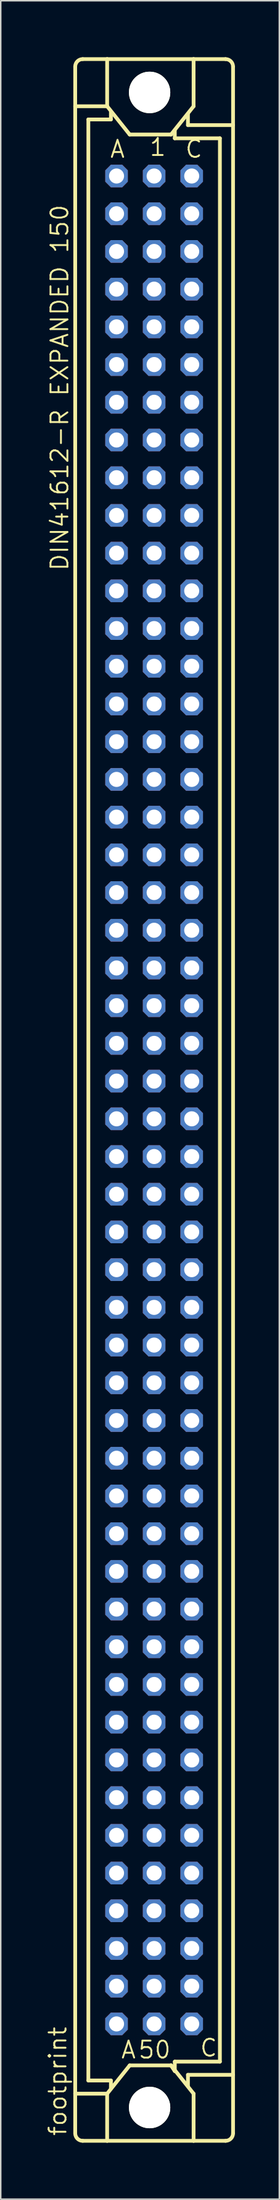
<source format=kicad_pcb>
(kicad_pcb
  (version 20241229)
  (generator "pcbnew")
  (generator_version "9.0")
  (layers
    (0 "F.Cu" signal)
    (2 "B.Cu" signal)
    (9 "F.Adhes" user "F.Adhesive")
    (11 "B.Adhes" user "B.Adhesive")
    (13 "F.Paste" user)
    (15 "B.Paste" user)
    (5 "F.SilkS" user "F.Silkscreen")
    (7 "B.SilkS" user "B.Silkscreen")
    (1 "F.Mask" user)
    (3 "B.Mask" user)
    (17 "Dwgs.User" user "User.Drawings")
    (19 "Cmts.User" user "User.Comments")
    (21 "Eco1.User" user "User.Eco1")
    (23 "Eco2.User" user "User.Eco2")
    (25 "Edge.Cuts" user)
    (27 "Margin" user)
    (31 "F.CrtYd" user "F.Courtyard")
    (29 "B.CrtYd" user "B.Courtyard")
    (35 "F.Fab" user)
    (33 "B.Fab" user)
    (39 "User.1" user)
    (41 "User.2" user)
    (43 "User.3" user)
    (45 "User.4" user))
  (footprint "footprint"
    (layer "F.Cu")
    (at 7.366 71.035)
    (property "Reference" "footprint" (at -5.842 69.85 90) (layer "F.SilkS") (effects (font (size 1.143 1.143) (thickness 0.127)) (justify left bottom)))
    (fp_line (start -5.334 -66.929) (end -5.334 -69.596) (stroke (width 0.254) (type solid)) (layer "F.SilkS"))
    (fp_line (start -5.334 -66.929) (end -3.175 -66.929) (stroke (width 0.254) (type solid)) (layer "F.SilkS"))
    (fp_line (start -5.334 66.929) (end -5.334 -66.929) (stroke (width 0.254) (type solid)) (layer "F.SilkS"))
    (fp_line (start -5.334 66.929) (end -3.175 66.929) (stroke (width 0.254) (type solid)) (layer "F.SilkS"))
    (fp_line (start -5.334 69.596) (end -5.334 66.929) (stroke (width 0.254) (type solid)) (layer "F.SilkS"))
    (fp_line (start -4.826 -70.104) (end -3.175 -70.104) (stroke (width 0.254) (type solid)) (layer "F.SilkS"))
    (fp_line (start -4.826 70.104) (end -3.175 70.104) (stroke (width 0.254) (type solid)) (layer "F.SilkS"))
    (fp_line (start -4.445 -66.04) (end -4.445 66.04) (stroke (width 0.254) (type solid)) (layer "F.SilkS"))
    (fp_line (start -4.445 66.04) (end -2.921 66.04) (stroke (width 0.254) (type solid)) (layer "F.SilkS"))
    (fp_line (start -3.175 -70.104) (end -3.175 -66.929) (stroke (width 0.254) (type solid)) (layer "F.SilkS"))
    (fp_line (start -3.175 70.104) (end -3.175 66.929) (stroke (width 0.254) (type solid)) (layer "F.SilkS"))
    (fp_line (start -3.175 70.104) (end 2.667 70.104) (stroke (width 0.254) (type solid)) (layer "F.SilkS"))
    (fp_line (start -2.921 -66.548) (end -2.921 -66.04) (stroke (width 0.254) (type solid)) (layer "F.SilkS"))
    (fp_line (start -2.921 -66.04) (end -4.445 -66.04) (stroke (width 0.254) (type solid)) (layer "F.SilkS"))
    (fp_line (start -2.921 66.04) (end -2.921 66.548) (stroke (width 0.254) (type solid)) (layer "F.SilkS"))
    (fp_line (start -1.651 -65.024) (end -3.175 -66.929) (stroke (width 0.254) (type solid)) (layer "F.SilkS"))
    (fp_line (start -1.651 65.024) (end -3.175 66.929) (stroke (width 0.254) (type solid)) (layer "F.SilkS"))
    (fp_line (start -1.651 65.024) (end 1.143 65.024) (stroke (width 0.254) (type solid)) (layer "F.SilkS"))
    (fp_line (start 1.143 -65.024) (end -1.651 -65.024) (stroke (width 0.254) (type solid)) (layer "F.SilkS"))
    (fp_line (start 1.143 -65.024) (end 2.667 -66.929) (stroke (width 0.254) (type solid)) (layer "F.SilkS"))
    (fp_line (start 1.143 65.024) (end 1.397 65.405) (stroke (width 0.254) (type solid)) (layer "F.SilkS"))
    (fp_line (start 1.143 65.024) (end 2.667 66.929) (stroke (width 0.254) (type solid)) (layer "F.SilkS"))
    (fp_line (start 1.397 -64.77) (end 1.397 -65.278) (stroke (width 0.254) (type solid)) (layer "F.SilkS"))
    (fp_line (start 1.397 64.77) (end 4.445 64.77) (stroke (width 0.254) (type solid)) (layer "F.SilkS"))
    (fp_line (start 1.397 65.405) (end 1.397 64.77) (stroke (width 0.254) (type solid)) (layer "F.SilkS"))
    (fp_line (start 2.286 -65.659) (end 2.286 -66.421) (stroke (width 0.254) (type solid)) (layer "F.SilkS"))
    (fp_line (start 2.286 65.659) (end 2.286 66.421) (stroke (width 0.254) (type solid)) (layer "F.SilkS"))
    (fp_line (start 2.286 65.659) (end 5.334 65.659) (stroke (width 0.254) (type solid)) (layer "F.SilkS"))
    (fp_line (start 2.667 -70.104) (end -3.175 -70.104) (stroke (width 0.254) (type solid)) (layer "F.SilkS"))
    (fp_line (start 2.667 -70.104) (end 2.667 -66.929) (stroke (width 0.254) (type solid)) (layer "F.SilkS"))
    (fp_line (start 2.667 70.104) (end 2.667 66.929) (stroke (width 0.254) (type solid)) (layer "F.SilkS"))
    (fp_line (start 2.667 70.104) (end 4.826 70.104) (stroke (width 0.254) (type solid)) (layer "F.SilkS"))
    (fp_line (start 4.445 -64.77) (end 1.397 -64.77) (stroke (width 0.254) (type solid)) (layer "F.SilkS"))
    (fp_line (start 4.445 64.77) (end 4.445 -64.77) (stroke (width 0.254) (type solid)) (layer "F.SilkS"))
    (fp_line (start 4.826 -70.104) (end 2.667 -70.104) (stroke (width 0.254) (type solid)) (layer "F.SilkS"))
    (fp_line (start 5.334 -65.659) (end 2.286 -65.659) (stroke (width 0.254) (type solid)) (layer "F.SilkS"))
    (fp_line (start 5.334 -65.659) (end 5.334 -69.596) (stroke (width 0.254) (type solid)) (layer "F.SilkS"))
    (fp_line (start 5.334 65.659) (end 5.334 -65.659) (stroke (width 0.254) (type solid)) (layer "F.SilkS"))
    (fp_line (start 5.334 69.596) (end 5.334 65.659) (stroke (width 0.254) (type solid)) (layer "F.SilkS"))
    (fp_arc (start -5.334 -69.596) (mid -5.18521 -69.95521) (end -4.826 -70.104) (stroke (width 0.254) (type solid)) (layer "F.SilkS"))
    (fp_arc (start -4.826 70.104) (mid -5.18521 69.95521) (end -5.334 69.596) (stroke (width 0.254) (type solid)) (layer "F.SilkS"))
    (fp_arc (start 4.826 -70.104) (mid 5.18521 -69.95521) (end 5.334 -69.596) (stroke (width 0.254) (type solid)) (layer "F.SilkS"))
    (fp_arc (start 5.334 69.596) (mid 5.18521 69.95521) (end 4.826 70.104) (stroke (width 0.254) (type solid)) (layer "F.SilkS"))
    (fp_circle (center -0.305 -67.86) (end 0.965 -67.86) (stroke (width 0.254) (type solid)) (fill no) (layer "F.SilkS"))
    (fp_circle (center -0.305 67.86) (end 0.965 67.86) (stroke (width 0.254) (type solid)) (fill no) (layer "F.SilkS"))
    (fp_text user "A" (at -3.048 -63.373 0) (layer "F.SilkS") (effects (font (size 1.143 1.143) (thickness 0.127)) (justify left bottom)))
    (fp_text user "DIN41612-R EXPANDED 150" (at -5.715 -35.56 90) (layer "F.SilkS") (effects (font (size 1.143 1.143) (thickness 0.127)) (justify left bottom)))
    (fp_text user " C " (at 2.159 64.516 0) (layer "F.SilkS") (effects (font (size 1.143 1.143) (thickness 0.127)) (justify left bottom)))
    (fp_text user "C" (at 2.032 -63.373 0) (layer "F.SilkS") (effects (font (size 1.143 1.143) (thickness 0.127)) (justify left bottom)))
    (fp_text user " A " (at -3.175 64.643 0) (layer "F.SilkS") (effects (font (size 1.143 1.143) (thickness 0.127)) (justify left bottom)))
    (fp_text user "1" (at -0.381 -63.5 0) (layer "F.SilkS") (effects (font (size 1.143 1.143) (thickness 0.127)) (justify left bottom)))
    (fp_text user "50" (at -1.143 64.643 0) (layer "F.SilkS") (effects (font (size 1.143 1.143) (thickness 0.127)) (justify left bottom)))
    (pad "" np_thru_hole circle (at -0.305 -67.86) (size 2.794 2.794) (drill 2.794) (layers "*.Cu" "*.Mask"))
    (pad "" np_thru_hole circle (at -0.305 67.86) (size 2.794 2.794) (drill 2.794) (layers "*.Cu" "*.Mask"))
    (pad "A1" thru_hole roundrect (at -2.54 -62.23) (size 1.524 1.524) (drill 1.016) (layers "*.Cu" "*.Mask") (roundrect_rratio 0.25) (chamfer_ratio 0.25) (chamfer top_left top_right bottom_left bottom_right))
    (pad "A2" thru_hole roundrect (at -2.54 -59.69) (size 1.524 1.524) (drill 1.016) (layers "*.Cu" "*.Mask") (roundrect_rratio 0.25) (chamfer_ratio 0.25) (chamfer top_left top_right bottom_left bottom_right))
    (pad "A3" thru_hole roundrect (at -2.54 -57.15) (size 1.524 1.524) (drill 1.016) (layers "*.Cu" "*.Mask") (roundrect_rratio 0.25) (chamfer_ratio 0.25) (chamfer top_left top_right bottom_left bottom_right))
    (pad "A4" thru_hole roundrect (at -2.54 -54.61) (size 1.524 1.524) (drill 1.016) (layers "*.Cu" "*.Mask") (roundrect_rratio 0.25) (chamfer_ratio 0.25) (chamfer top_left top_right bottom_left bottom_right))
    (pad "A5" thru_hole roundrect (at -2.54 -52.07) (size 1.524 1.524) (drill 1.016) (layers "*.Cu" "*.Mask") (roundrect_rratio 0.25) (chamfer_ratio 0.25) (chamfer top_left top_right bottom_left bottom_right))
    (pad "A6" thru_hole roundrect (at -2.54 -49.53) (size 1.524 1.524) (drill 1.016) (layers "*.Cu" "*.Mask") (roundrect_rratio 0.25) (chamfer_ratio 0.25) (chamfer top_left top_right bottom_left bottom_right))
    (pad "A7" thru_hole roundrect (at -2.54 -46.99) (size 1.524 1.524) (drill 1.016) (layers "*.Cu" "*.Mask") (roundrect_rratio 0.25) (chamfer_ratio 0.25) (chamfer top_left top_right bottom_left bottom_right))
    (pad "A8" thru_hole roundrect (at -2.54 -44.45) (size 1.524 1.524) (drill 1.016) (layers "*.Cu" "*.Mask") (roundrect_rratio 0.25) (chamfer_ratio 0.25) (chamfer top_left top_right bottom_left bottom_right))
    (pad "A9" thru_hole roundrect (at -2.54 -41.91) (size 1.524 1.524) (drill 1.016) (layers "*.Cu" "*.Mask") (roundrect_rratio 0.25) (chamfer_ratio 0.25) (chamfer top_left top_right bottom_left bottom_right))
    (pad "A10" thru_hole roundrect (at -2.54 -39.37) (size 1.524 1.524) (drill 1.016) (layers "*.Cu" "*.Mask") (roundrect_rratio 0.25) (chamfer_ratio 0.25) (chamfer top_left top_right bottom_left bottom_right))
    (pad "A11" thru_hole roundrect (at -2.54 -36.83) (size 1.524 1.524) (drill 1.016) (layers "*.Cu" "*.Mask") (roundrect_rratio 0.25) (chamfer_ratio 0.25) (chamfer top_left top_right bottom_left bottom_right))
    (pad "A12" thru_hole roundrect (at -2.54 -34.29) (size 1.524 1.524) (drill 1.016) (layers "*.Cu" "*.Mask") (roundrect_rratio 0.25) (chamfer_ratio 0.25) (chamfer top_left top_right bottom_left bottom_right))
    (pad "A13" thru_hole roundrect (at -2.54 -31.75) (size 1.524 1.524) (drill 1.016) (layers "*.Cu" "*.Mask") (roundrect_rratio 0.25) (chamfer_ratio 0.25) (chamfer top_left top_right bottom_left bottom_right))
    (pad "A14" thru_hole roundrect (at -2.54 -29.21) (size 1.524 1.524) (drill 1.016) (layers "*.Cu" "*.Mask") (roundrect_rratio 0.25) (chamfer_ratio 0.25) (chamfer top_left top_right bottom_left bottom_right))
    (pad "A15" thru_hole roundrect (at -2.54 -26.67) (size 1.524 1.524) (drill 1.016) (layers "*.Cu" "*.Mask") (roundrect_rratio 0.25) (chamfer_ratio 0.25) (chamfer top_left top_right bottom_left bottom_right))
    (pad "A16" thru_hole roundrect (at -2.54 -24.13) (size 1.524 1.524) (drill 1.016) (layers "*.Cu" "*.Mask") (roundrect_rratio 0.25) (chamfer_ratio 0.25) (chamfer top_left top_right bottom_left bottom_right))
    (pad "A17" thru_hole roundrect (at -2.54 -21.59) (size 1.524 1.524) (drill 1.016) (layers "*.Cu" "*.Mask") (roundrect_rratio 0.25) (chamfer_ratio 0.25) (chamfer top_left top_right bottom_left bottom_right))
    (pad "A18" thru_hole roundrect (at -2.54 -19.05) (size 1.524 1.524) (drill 1.016) (layers "*.Cu" "*.Mask") (roundrect_rratio 0.25) (chamfer_ratio 0.25) (chamfer top_left top_right bottom_left bottom_right))
    (pad "A19" thru_hole roundrect (at -2.54 -16.51) (size 1.524 1.524) (drill 1.016) (layers "*.Cu" "*.Mask") (roundrect_rratio 0.25) (chamfer_ratio 0.25) (chamfer top_left top_right bottom_left bottom_right))
    (pad "A20" thru_hole roundrect (at -2.54 -13.97) (size 1.524 1.524) (drill 1.016) (layers "*.Cu" "*.Mask") (roundrect_rratio 0.25) (chamfer_ratio 0.25) (chamfer top_left top_right bottom_left bottom_right))
    (pad "A21" thru_hole roundrect (at -2.54 -11.43) (size 1.524 1.524) (drill 1.016) (layers "*.Cu" "*.Mask") (roundrect_rratio 0.25) (chamfer_ratio 0.25) (chamfer top_left top_right bottom_left bottom_right))
    (pad "A22" thru_hole roundrect (at -2.54 -8.89) (size 1.524 1.524) (drill 1.016) (layers "*.Cu" "*.Mask") (roundrect_rratio 0.25) (chamfer_ratio 0.25) (chamfer top_left top_right bottom_left bottom_right))
    (pad "A23" thru_hole roundrect (at -2.54 -6.35) (size 1.524 1.524) (drill 1.016) (layers "*.Cu" "*.Mask") (roundrect_rratio 0.25) (chamfer_ratio 0.25) (chamfer top_left top_right bottom_left bottom_right))
    (pad "A24" thru_hole roundrect (at -2.54 -3.81) (size 1.524 1.524) (drill 1.016) (layers "*.Cu" "*.Mask") (roundrect_rratio 0.25) (chamfer_ratio 0.25) (chamfer top_left top_right bottom_left bottom_right))
    (pad "A25" thru_hole roundrect (at -2.54 -1.27) (size 1.524 1.524) (drill 1.016) (layers "*.Cu" "*.Mask") (roundrect_rratio 0.25) (chamfer_ratio 0.25) (chamfer top_left top_right bottom_left bottom_right))
    (pad "A26" thru_hole roundrect (at -2.54 1.27) (size 1.524 1.524) (drill 1.016) (layers "*.Cu" "*.Mask") (roundrect_rratio 0.25) (chamfer_ratio 0.25) (chamfer top_left top_right bottom_left bottom_right))
    (pad "A27" thru_hole roundrect (at -2.54 3.81) (size 1.524 1.524) (drill 1.016) (layers "*.Cu" "*.Mask") (roundrect_rratio 0.25) (chamfer_ratio 0.25) (chamfer top_left top_right bottom_left bottom_right))
    (pad "A28" thru_hole roundrect (at -2.54 6.35) (size 1.524 1.524) (drill 1.016) (layers "*.Cu" "*.Mask") (roundrect_rratio 0.25) (chamfer_ratio 0.25) (chamfer top_left top_right bottom_left bottom_right))
    (pad "A29" thru_hole roundrect (at -2.54 8.89) (size 1.524 1.524) (drill 1.016) (layers "*.Cu" "*.Mask") (roundrect_rratio 0.25) (chamfer_ratio 0.25) (chamfer top_left top_right bottom_left bottom_right))
    (pad "A30" thru_hole roundrect (at -2.54 11.43) (size 1.524 1.524) (drill 1.016) (layers "*.Cu" "*.Mask") (roundrect_rratio 0.25) (chamfer_ratio 0.25) (chamfer top_left top_right bottom_left bottom_right))
    (pad "A31" thru_hole roundrect (at -2.54 13.97) (size 1.524 1.524) (drill 1.016) (layers "*.Cu" "*.Mask") (roundrect_rratio 0.25) (chamfer_ratio 0.25) (chamfer top_left top_right bottom_left bottom_right))
    (pad "A32" thru_hole roundrect (at -2.54 16.51) (size 1.524 1.524) (drill 1.016) (layers "*.Cu" "*.Mask") (roundrect_rratio 0.25) (chamfer_ratio 0.25) (chamfer top_left top_right bottom_left bottom_right))
    (pad "A33" thru_hole roundrect (at -2.54 19.05) (size 1.524 1.524) (drill 1.016) (layers "*.Cu" "*.Mask") (roundrect_rratio 0.25) (chamfer_ratio 0.25) (chamfer top_left top_right bottom_left bottom_right))
    (pad "A34" thru_hole roundrect (at -2.54 21.59) (size 1.524 1.524) (drill 1.016) (layers "*.Cu" "*.Mask") (roundrect_rratio 0.25) (chamfer_ratio 0.25) (chamfer top_left top_right bottom_left bottom_right))
    (pad "A35" thru_hole roundrect (at -2.54 24.13) (size 1.524 1.524) (drill 1.016) (layers "*.Cu" "*.Mask") (roundrect_rratio 0.25) (chamfer_ratio 0.25) (chamfer top_left top_right bottom_left bottom_right))
    (pad "A36" thru_hole roundrect (at -2.54 26.67) (size 1.524 1.524) (drill 1.016) (layers "*.Cu" "*.Mask") (roundrect_rratio 0.25) (chamfer_ratio 0.25) (chamfer top_left top_right bottom_left bottom_right))
    (pad "A37" thru_hole roundrect (at -2.54 29.21) (size 1.524 1.524) (drill 1.016) (layers "*.Cu" "*.Mask") (roundrect_rratio 0.25) (chamfer_ratio 0.25) (chamfer top_left top_right bottom_left bottom_right))
    (pad "A38" thru_hole roundrect (at -2.54 31.75) (size 1.524 1.524) (drill 1.016) (layers "*.Cu" "*.Mask") (roundrect_rratio 0.25) (chamfer_ratio 0.25) (chamfer top_left top_right bottom_left bottom_right))
    (pad "A39" thru_hole roundrect (at -2.54 34.29) (size 1.524 1.524) (drill 1.016) (layers "*.Cu" "*.Mask") (roundrect_rratio 0.25) (chamfer_ratio 0.25) (chamfer top_left top_right bottom_left bottom_right))
    (pad "A40" thru_hole roundrect (at -2.54 36.83) (size 1.524 1.524) (drill 1.016) (layers "*.Cu" "*.Mask") (roundrect_rratio 0.25) (chamfer_ratio 0.25) (chamfer top_left top_right bottom_left bottom_right))
    (pad "A41" thru_hole roundrect (at -2.54 39.37) (size 1.524 1.524) (drill 1.016) (layers "*.Cu" "*.Mask") (roundrect_rratio 0.25) (chamfer_ratio 0.25) (chamfer top_left top_right bottom_left bottom_right))
    (pad "A42" thru_hole roundrect (at -2.54 41.91) (size 1.524 1.524) (drill 1.016) (layers "*.Cu" "*.Mask") (roundrect_rratio 0.25) (chamfer_ratio 0.25) (chamfer top_left top_right bottom_left bottom_right))
    (pad "A43" thru_hole roundrect (at -2.54 44.45) (size 1.524 1.524) (drill 1.016) (layers "*.Cu" "*.Mask") (roundrect_rratio 0.25) (chamfer_ratio 0.25) (chamfer top_left top_right bottom_left bottom_right))
    (pad "A44" thru_hole roundrect (at -2.54 46.99) (size 1.524 1.524) (drill 1.016) (layers "*.Cu" "*.Mask") (roundrect_rratio 0.25) (chamfer_ratio 0.25) (chamfer top_left top_right bottom_left bottom_right))
    (pad "A45" thru_hole roundrect (at -2.54 49.53) (size 1.524 1.524) (drill 1.016) (layers "*.Cu" "*.Mask") (roundrect_rratio 0.25) (chamfer_ratio 0.25) (chamfer top_left top_right bottom_left bottom_right))
    (pad "A46" thru_hole roundrect (at -2.54 52.07) (size 1.524 1.524) (drill 1.016) (layers "*.Cu" "*.Mask") (roundrect_rratio 0.25) (chamfer_ratio 0.25) (chamfer top_left top_right bottom_left bottom_right))
    (pad "A47" thru_hole roundrect (at -2.54 54.61) (size 1.524 1.524) (drill 1.016) (layers "*.Cu" "*.Mask") (roundrect_rratio 0.25) (chamfer_ratio 0.25) (chamfer top_left top_right bottom_left bottom_right))
    (pad "A48" thru_hole roundrect (at -2.54 57.15) (size 1.524 1.524) (drill 1.016) (layers "*.Cu" "*.Mask") (roundrect_rratio 0.25) (chamfer_ratio 0.25) (chamfer top_left top_right bottom_left bottom_right))
    (pad "A49" thru_hole roundrect (at -2.54 59.69) (size 1.524 1.524) (drill 1.016) (layers "*.Cu" "*.Mask") (roundrect_rratio 0.25) (chamfer_ratio 0.25) (chamfer top_left top_right bottom_left bottom_right))
    (pad "A50" thru_hole roundrect (at -2.54 62.23) (size 1.524 1.524) (drill 1.016) (layers "*.Cu" "*.Mask") (roundrect_rratio 0.25) (chamfer_ratio 0.25) (chamfer top_left top_right bottom_left bottom_right))
    (pad "B1" thru_hole roundrect (at 0 -62.23) (size 1.524 1.524) (drill 1.016) (layers "*.Cu" "*.Mask") (roundrect_rratio 0.25) (chamfer_ratio 0.25) (chamfer top_left top_right bottom_left bottom_right))
    (pad "B2" thru_hole roundrect (at 0 -59.69) (size 1.524 1.524) (drill 1.016) (layers "*.Cu" "*.Mask") (roundrect_rratio 0.25) (chamfer_ratio 0.25) (chamfer top_left top_right bottom_left bottom_right))
    (pad "B3" thru_hole roundrect (at 0 -57.15) (size 1.524 1.524) (drill 1.016) (layers "*.Cu" "*.Mask") (roundrect_rratio 0.25) (chamfer_ratio 0.25) (chamfer top_left top_right bottom_left bottom_right))
    (pad "B4" thru_hole roundrect (at 0 -54.61) (size 1.524 1.524) (drill 1.016) (layers "*.Cu" "*.Mask") (roundrect_rratio 0.25) (chamfer_ratio 0.25) (chamfer top_left top_right bottom_left bottom_right))
    (pad "B5" thru_hole roundrect (at 0 -52.07) (size 1.524 1.524) (drill 1.016) (layers "*.Cu" "*.Mask") (roundrect_rratio 0.25) (chamfer_ratio 0.25) (chamfer top_left top_right bottom_left bottom_right))
    (pad "B6" thru_hole roundrect (at 0 -49.53) (size 1.524 1.524) (drill 1.016) (layers "*.Cu" "*.Mask") (roundrect_rratio 0.25) (chamfer_ratio 0.25) (chamfer top_left top_right bottom_left bottom_right))
    (pad "B7" thru_hole roundrect (at 0 -46.99) (size 1.524 1.524) (drill 1.016) (layers "*.Cu" "*.Mask") (roundrect_rratio 0.25) (chamfer_ratio 0.25) (chamfer top_left top_right bottom_left bottom_right))
    (pad "B8" thru_hole roundrect (at 0 -44.45) (size 1.524 1.524) (drill 1.016) (layers "*.Cu" "*.Mask") (roundrect_rratio 0.25) (chamfer_ratio 0.25) (chamfer top_left top_right bottom_left bottom_right))
    (pad "B9" thru_hole roundrect (at 0 -41.91) (size 1.524 1.524) (drill 1.016) (layers "*.Cu" "*.Mask") (roundrect_rratio 0.25) (chamfer_ratio 0.25) (chamfer top_left top_right bottom_left bottom_right))
    (pad "B10" thru_hole roundrect (at 0 -39.37) (size 1.524 1.524) (drill 1.016) (layers "*.Cu" "*.Mask") (roundrect_rratio 0.25) (chamfer_ratio 0.25) (chamfer top_left top_right bottom_left bottom_right))
    (pad "B11" thru_hole roundrect (at 0 -36.83) (size 1.524 1.524) (drill 1.016) (layers "*.Cu" "*.Mask") (roundrect_rratio 0.25) (chamfer_ratio 0.25) (chamfer top_left top_right bottom_left bottom_right))
    (pad "B12" thru_hole roundrect (at 0 -34.29) (size 1.524 1.524) (drill 1.016) (layers "*.Cu" "*.Mask") (roundrect_rratio 0.25) (chamfer_ratio 0.25) (chamfer top_left top_right bottom_left bottom_right))
    (pad "B13" thru_hole roundrect (at 0 -31.75) (size 1.524 1.524) (drill 1.016) (layers "*.Cu" "*.Mask") (roundrect_rratio 0.25) (chamfer_ratio 0.25) (chamfer top_left top_right bottom_left bottom_right))
    (pad "B14" thru_hole roundrect (at 0 -29.21) (size 1.524 1.524) (drill 1.016) (layers "*.Cu" "*.Mask") (roundrect_rratio 0.25) (chamfer_ratio 0.25) (chamfer top_left top_right bottom_left bottom_right))
    (pad "B15" thru_hole roundrect (at 0 -26.67) (size 1.524 1.524) (drill 1.016) (layers "*.Cu" "*.Mask") (roundrect_rratio 0.25) (chamfer_ratio 0.25) (chamfer top_left top_right bottom_left bottom_right))
    (pad "B16" thru_hole roundrect (at 0 -24.13) (size 1.524 1.524) (drill 1.016) (layers "*.Cu" "*.Mask") (roundrect_rratio 0.25) (chamfer_ratio 0.25) (chamfer top_left top_right bottom_left bottom_right))
    (pad "B17" thru_hole roundrect (at 0 -21.59) (size 1.524 1.524) (drill 1.016) (layers "*.Cu" "*.Mask") (roundrect_rratio 0.25) (chamfer_ratio 0.25) (chamfer top_left top_right bottom_left bottom_right))
    (pad "B18" thru_hole roundrect (at 0 -19.05) (size 1.524 1.524) (drill 1.016) (layers "*.Cu" "*.Mask") (roundrect_rratio 0.25) (chamfer_ratio 0.25) (chamfer top_left top_right bottom_left bottom_right))
    (pad "B19" thru_hole roundrect (at 0 -16.51) (size 1.524 1.524) (drill 1.016) (layers "*.Cu" "*.Mask") (roundrect_rratio 0.25) (chamfer_ratio 0.25) (chamfer top_left top_right bottom_left bottom_right))
    (pad "B20" thru_hole roundrect (at 0 -13.97) (size 1.524 1.524) (drill 1.016) (layers "*.Cu" "*.Mask") (roundrect_rratio 0.25) (chamfer_ratio 0.25) (chamfer top_left top_right bottom_left bottom_right))
    (pad "B21" thru_hole roundrect (at 0 -11.43) (size 1.524 1.524) (drill 1.016) (layers "*.Cu" "*.Mask") (roundrect_rratio 0.25) (chamfer_ratio 0.25) (chamfer top_left top_right bottom_left bottom_right))
    (pad "B22" thru_hole roundrect (at 0 -8.89) (size 1.524 1.524) (drill 1.016) (layers "*.Cu" "*.Mask") (roundrect_rratio 0.25) (chamfer_ratio 0.25) (chamfer top_left top_right bottom_left bottom_right))
    (pad "B23" thru_hole roundrect (at 0 -6.35) (size 1.524 1.524) (drill 1.016) (layers "*.Cu" "*.Mask") (roundrect_rratio 0.25) (chamfer_ratio 0.25) (chamfer top_left top_right bottom_left bottom_right))
    (pad "B24" thru_hole roundrect (at 0 -3.81) (size 1.524 1.524) (drill 1.016) (layers "*.Cu" "*.Mask") (roundrect_rratio 0.25) (chamfer_ratio 0.25) (chamfer top_left top_right bottom_left bottom_right))
    (pad "B25" thru_hole roundrect (at 0 -1.27) (size 1.524 1.524) (drill 1.016) (layers "*.Cu" "*.Mask") (roundrect_rratio 0.25) (chamfer_ratio 0.25) (chamfer top_left top_right bottom_left bottom_right))
    (pad "B26" thru_hole roundrect (at 0 1.27) (size 1.524 1.524) (drill 1.016) (layers "*.Cu" "*.Mask") (roundrect_rratio 0.25) (chamfer_ratio 0.25) (chamfer top_left top_right bottom_left bottom_right))
    (pad "B27" thru_hole roundrect (at 0 3.81) (size 1.524 1.524) (drill 1.016) (layers "*.Cu" "*.Mask") (roundrect_rratio 0.25) (chamfer_ratio 0.25) (chamfer top_left top_right bottom_left bottom_right))
    (pad "B28" thru_hole roundrect (at 0 6.35) (size 1.524 1.524) (drill 1.016) (layers "*.Cu" "*.Mask") (roundrect_rratio 0.25) (chamfer_ratio 0.25) (chamfer top_left top_right bottom_left bottom_right))
    (pad "B29" thru_hole roundrect (at 0 8.89) (size 1.524 1.524) (drill 1.016) (layers "*.Cu" "*.Mask") (roundrect_rratio 0.25) (chamfer_ratio 0.25) (chamfer top_left top_right bottom_left bottom_right))
    (pad "B30" thru_hole roundrect (at 0 11.43) (size 1.524 1.524) (drill 1.016) (layers "*.Cu" "*.Mask") (roundrect_rratio 0.25) (chamfer_ratio 0.25) (chamfer top_left top_right bottom_left bottom_right))
    (pad "B31" thru_hole roundrect (at 0 13.97) (size 1.524 1.524) (drill 1.016) (layers "*.Cu" "*.Mask") (roundrect_rratio 0.25) (chamfer_ratio 0.25) (chamfer top_left top_right bottom_left bottom_right))
    (pad "B32" thru_hole roundrect (at 0 16.51) (size 1.524 1.524) (drill 1.016) (layers "*.Cu" "*.Mask") (roundrect_rratio 0.25) (chamfer_ratio 0.25) (chamfer top_left top_right bottom_left bottom_right))
    (pad "B33" thru_hole roundrect (at 0 19.05) (size 1.524 1.524) (drill 1.016) (layers "*.Cu" "*.Mask") (roundrect_rratio 0.25) (chamfer_ratio 0.25) (chamfer top_left top_right bottom_left bottom_right))
    (pad "B34" thru_hole roundrect (at 0 21.59) (size 1.524 1.524) (drill 1.016) (layers "*.Cu" "*.Mask") (roundrect_rratio 0.25) (chamfer_ratio 0.25) (chamfer top_left top_right bottom_left bottom_right))
    (pad "B35" thru_hole roundrect (at 0 24.13) (size 1.524 1.524) (drill 1.016) (layers "*.Cu" "*.Mask") (roundrect_rratio 0.25) (chamfer_ratio 0.25) (chamfer top_left top_right bottom_left bottom_right))
    (pad "B36" thru_hole roundrect (at 0 26.67) (size 1.524 1.524) (drill 1.016) (layers "*.Cu" "*.Mask") (roundrect_rratio 0.25) (chamfer_ratio 0.25) (chamfer top_left top_right bottom_left bottom_right))
    (pad "B37" thru_hole roundrect (at 0 29.21) (size 1.524 1.524) (drill 1.016) (layers "*.Cu" "*.Mask") (roundrect_rratio 0.25) (chamfer_ratio 0.25) (chamfer top_left top_right bottom_left bottom_right))
    (pad "B38" thru_hole roundrect (at 0 31.75) (size 1.524 1.524) (drill 1.016) (layers "*.Cu" "*.Mask") (roundrect_rratio 0.25) (chamfer_ratio 0.25) (chamfer top_left top_right bottom_left bottom_right))
    (pad "B39" thru_hole roundrect (at 0 34.29) (size 1.524 1.524) (drill 1.016) (layers "*.Cu" "*.Mask") (roundrect_rratio 0.25) (chamfer_ratio 0.25) (chamfer top_left top_right bottom_left bottom_right))
    (pad "B40" thru_hole roundrect (at 0 36.83) (size 1.524 1.524) (drill 1.016) (layers "*.Cu" "*.Mask") (roundrect_rratio 0.25) (chamfer_ratio 0.25) (chamfer top_left top_right bottom_left bottom_right))
    (pad "B41" thru_hole roundrect (at 0 39.37) (size 1.524 1.524) (drill 1.016) (layers "*.Cu" "*.Mask") (roundrect_rratio 0.25) (chamfer_ratio 0.25) (chamfer top_left top_right bottom_left bottom_right))
    (pad "B42" thru_hole roundrect (at 0 41.91) (size 1.524 1.524) (drill 1.016) (layers "*.Cu" "*.Mask") (roundrect_rratio 0.25) (chamfer_ratio 0.25) (chamfer top_left top_right bottom_left bottom_right))
    (pad "B43" thru_hole roundrect (at 0 44.45) (size 1.524 1.524) (drill 1.016) (layers "*.Cu" "*.Mask") (roundrect_rratio 0.25) (chamfer_ratio 0.25) (chamfer top_left top_right bottom_left bottom_right))
    (pad "B44" thru_hole roundrect (at 0 46.99) (size 1.524 1.524) (drill 1.016) (layers "*.Cu" "*.Mask") (roundrect_rratio 0.25) (chamfer_ratio 0.25) (chamfer top_left top_right bottom_left bottom_right))
    (pad "B45" thru_hole roundrect (at 0 49.53) (size 1.524 1.524) (drill 1.016) (layers "*.Cu" "*.Mask") (roundrect_rratio 0.25) (chamfer_ratio 0.25) (chamfer top_left top_right bottom_left bottom_right))
    (pad "B46" thru_hole roundrect (at 0 52.07) (size 1.524 1.524) (drill 1.016) (layers "*.Cu" "*.Mask") (roundrect_rratio 0.25) (chamfer_ratio 0.25) (chamfer top_left top_right bottom_left bottom_right))
    (pad "B47" thru_hole roundrect (at 0 54.61) (size 1.524 1.524) (drill 1.016) (layers "*.Cu" "*.Mask") (roundrect_rratio 0.25) (chamfer_ratio 0.25) (chamfer top_left top_right bottom_left bottom_right))
    (pad "B48" thru_hole roundrect (at 0 57.15) (size 1.524 1.524) (drill 1.016) (layers "*.Cu" "*.Mask") (roundrect_rratio 0.25) (chamfer_ratio 0.25) (chamfer top_left top_right bottom_left bottom_right))
    (pad "B49" thru_hole roundrect (at 0 59.69) (size 1.524 1.524) (drill 1.016) (layers "*.Cu" "*.Mask") (roundrect_rratio 0.25) (chamfer_ratio 0.25) (chamfer top_left top_right bottom_left bottom_right))
    (pad "B50" thru_hole roundrect (at 0 62.23) (size 1.524 1.524) (drill 1.016) (layers "*.Cu" "*.Mask") (roundrect_rratio 0.25) (chamfer_ratio 0.25) (chamfer top_left top_right bottom_left bottom_right))
    (pad "C1" thru_hole roundrect (at 2.54 -62.23) (size 1.524 1.524) (drill 1.016) (layers "*.Cu" "*.Mask") (roundrect_rratio 0.25) (chamfer_ratio 0.25) (chamfer top_left top_right bottom_left bottom_right))
    (pad "C2" thru_hole roundrect (at 2.54 -59.69) (size 1.524 1.524) (drill 1.016) (layers "*.Cu" "*.Mask") (roundrect_rratio 0.25) (chamfer_ratio 0.25) (chamfer top_left top_right bottom_left bottom_right))
    (pad "C3" thru_hole roundrect (at 2.54 -57.15) (size 1.524 1.524) (drill 1.016) (layers "*.Cu" "*.Mask") (roundrect_rratio 0.25) (chamfer_ratio 0.25) (chamfer top_left top_right bottom_left bottom_right))
    (pad "C4" thru_hole roundrect (at 2.54 -54.61) (size 1.524 1.524) (drill 1.016) (layers "*.Cu" "*.Mask") (roundrect_rratio 0.25) (chamfer_ratio 0.25) (chamfer top_left top_right bottom_left bottom_right))
    (pad "C5" thru_hole roundrect (at 2.54 -52.07) (size 1.524 1.524) (drill 1.016) (layers "*.Cu" "*.Mask") (roundrect_rratio 0.25) (chamfer_ratio 0.25) (chamfer top_left top_right bottom_left bottom_right))
    (pad "C6" thru_hole roundrect (at 2.54 -49.53) (size 1.524 1.524) (drill 1.016) (layers "*.Cu" "*.Mask") (roundrect_rratio 0.25) (chamfer_ratio 0.25) (chamfer top_left top_right bottom_left bottom_right))
    (pad "C7" thru_hole roundrect (at 2.54 -46.99) (size 1.524 1.524) (drill 1.016) (layers "*.Cu" "*.Mask") (roundrect_rratio 0.25) (chamfer_ratio 0.25) (chamfer top_left top_right bottom_left bottom_right))
    (pad "C8" thru_hole roundrect (at 2.54 -44.45) (size 1.524 1.524) (drill 1.016) (layers "*.Cu" "*.Mask") (roundrect_rratio 0.25) (chamfer_ratio 0.25) (chamfer top_left top_right bottom_left bottom_right))
    (pad "C9" thru_hole roundrect (at 2.54 -41.91) (size 1.524 1.524) (drill 1.016) (layers "*.Cu" "*.Mask") (roundrect_rratio 0.25) (chamfer_ratio 0.25) (chamfer top_left top_right bottom_left bottom_right))
    (pad "C10" thru_hole roundrect (at 2.54 -39.37) (size 1.524 1.524) (drill 1.016) (layers "*.Cu" "*.Mask") (roundrect_rratio 0.25) (chamfer_ratio 0.25) (chamfer top_left top_right bottom_left bottom_right))
    (pad "C11" thru_hole roundrect (at 2.54 -36.83) (size 1.524 1.524) (drill 1.016) (layers "*.Cu" "*.Mask") (roundrect_rratio 0.25) (chamfer_ratio 0.25) (chamfer top_left top_right bottom_left bottom_right))
    (pad "C12" thru_hole roundrect (at 2.54 -34.29) (size 1.524 1.524) (drill 1.016) (layers "*.Cu" "*.Mask") (roundrect_rratio 0.25) (chamfer_ratio 0.25) (chamfer top_left top_right bottom_left bottom_right))
    (pad "C13" thru_hole roundrect (at 2.54 -31.75) (size 1.524 1.524) (drill 1.016) (layers "*.Cu" "*.Mask") (roundrect_rratio 0.25) (chamfer_ratio 0.25) (chamfer top_left top_right bottom_left bottom_right))
    (pad "C14" thru_hole roundrect (at 2.54 -29.21) (size 1.524 1.524) (drill 1.016) (layers "*.Cu" "*.Mask") (roundrect_rratio 0.25) (chamfer_ratio 0.25) (chamfer top_left top_right bottom_left bottom_right))
    (pad "C15" thru_hole roundrect (at 2.54 -26.67) (size 1.524 1.524) (drill 1.016) (layers "*.Cu" "*.Mask") (roundrect_rratio 0.25) (chamfer_ratio 0.25) (chamfer top_left top_right bottom_left bottom_right))
    (pad "C16" thru_hole roundrect (at 2.54 -24.13) (size 1.524 1.524) (drill 1.016) (layers "*.Cu" "*.Mask") (roundrect_rratio 0.25) (chamfer_ratio 0.25) (chamfer top_left top_right bottom_left bottom_right))
    (pad "C17" thru_hole roundrect (at 2.54 -21.59) (size 1.524 1.524) (drill 1.016) (layers "*.Cu" "*.Mask") (roundrect_rratio 0.25) (chamfer_ratio 0.25) (chamfer top_left top_right bottom_left bottom_right))
    (pad "C18" thru_hole roundrect (at 2.54 -19.05) (size 1.524 1.524) (drill 1.016) (layers "*.Cu" "*.Mask") (roundrect_rratio 0.25) (chamfer_ratio 0.25) (chamfer top_left top_right bottom_left bottom_right))
    (pad "C19" thru_hole roundrect (at 2.54 -16.51) (size 1.524 1.524) (drill 1.016) (layers "*.Cu" "*.Mask") (roundrect_rratio 0.25) (chamfer_ratio 0.25) (chamfer top_left top_right bottom_left bottom_right))
    (pad "C20" thru_hole roundrect (at 2.54 -13.97) (size 1.524 1.524) (drill 1.016) (layers "*.Cu" "*.Mask") (roundrect_rratio 0.25) (chamfer_ratio 0.25) (chamfer top_left top_right bottom_left bottom_right))
    (pad "C21" thru_hole roundrect (at 2.54 -11.43) (size 1.524 1.524) (drill 1.016) (layers "*.Cu" "*.Mask") (roundrect_rratio 0.25) (chamfer_ratio 0.25) (chamfer top_left top_right bottom_left bottom_right))
    (pad "C22" thru_hole roundrect (at 2.54 -8.89) (size 1.524 1.524) (drill 1.016) (layers "*.Cu" "*.Mask") (roundrect_rratio 0.25) (chamfer_ratio 0.25) (chamfer top_left top_right bottom_left bottom_right))
    (pad "C23" thru_hole roundrect (at 2.54 -6.35) (size 1.524 1.524) (drill 1.016) (layers "*.Cu" "*.Mask") (roundrect_rratio 0.25) (chamfer_ratio 0.25) (chamfer top_left top_right bottom_left bottom_right))
    (pad "C24" thru_hole roundrect (at 2.54 -3.81) (size 1.524 1.524) (drill 1.016) (layers "*.Cu" "*.Mask") (roundrect_rratio 0.25) (chamfer_ratio 0.25) (chamfer top_left top_right bottom_left bottom_right))
    (pad "C25" thru_hole roundrect (at 2.54 -1.27) (size 1.524 1.524) (drill 1.016) (layers "*.Cu" "*.Mask") (roundrect_rratio 0.25) (chamfer_ratio 0.25) (chamfer top_left top_right bottom_left bottom_right))
    (pad "C26" thru_hole roundrect (at 2.54 1.27) (size 1.524 1.524) (drill 1.016) (layers "*.Cu" "*.Mask") (roundrect_rratio 0.25) (chamfer_ratio 0.25) (chamfer top_left top_right bottom_left bottom_right))
    (pad "C27" thru_hole roundrect (at 2.54 3.81) (size 1.524 1.524) (drill 1.016) (layers "*.Cu" "*.Mask") (roundrect_rratio 0.25) (chamfer_ratio 0.25) (chamfer top_left top_right bottom_left bottom_right))
    (pad "C28" thru_hole roundrect (at 2.54 6.35) (size 1.524 1.524) (drill 1.016) (layers "*.Cu" "*.Mask") (roundrect_rratio 0.25) (chamfer_ratio 0.25) (chamfer top_left top_right bottom_left bottom_right))
    (pad "C29" thru_hole roundrect (at 2.54 8.89) (size 1.524 1.524) (drill 1.016) (layers "*.Cu" "*.Mask") (roundrect_rratio 0.25) (chamfer_ratio 0.25) (chamfer top_left top_right bottom_left bottom_right))
    (pad "C30" thru_hole roundrect (at 2.54 11.43) (size 1.524 1.524) (drill 1.016) (layers "*.Cu" "*.Mask") (roundrect_rratio 0.25) (chamfer_ratio 0.25) (chamfer top_left top_right bottom_left bottom_right))
    (pad "C31" thru_hole roundrect (at 2.54 13.97) (size 1.524 1.524) (drill 1.016) (layers "*.Cu" "*.Mask") (roundrect_rratio 0.25) (chamfer_ratio 0.25) (chamfer top_left top_right bottom_left bottom_right))
    (pad "C32" thru_hole roundrect (at 2.54 16.51) (size 1.524 1.524) (drill 1.016) (layers "*.Cu" "*.Mask") (roundrect_rratio 0.25) (chamfer_ratio 0.25) (chamfer top_left top_right bottom_left bottom_right))
    (pad "C33" thru_hole roundrect (at 2.54 19.05) (size 1.524 1.524) (drill 1.016) (layers "*.Cu" "*.Mask") (roundrect_rratio 0.25) (chamfer_ratio 0.25) (chamfer top_left top_right bottom_left bottom_right))
    (pad "C34" thru_hole roundrect (at 2.54 21.59) (size 1.524 1.524) (drill 1.016) (layers "*.Cu" "*.Mask") (roundrect_rratio 0.25) (chamfer_ratio 0.25) (chamfer top_left top_right bottom_left bottom_right))
    (pad "C35" thru_hole roundrect (at 2.54 24.13) (size 1.524 1.524) (drill 1.016) (layers "*.Cu" "*.Mask") (roundrect_rratio 0.25) (chamfer_ratio 0.25) (chamfer top_left top_right bottom_left bottom_right))
    (pad "C36" thru_hole roundrect (at 2.54 26.67) (size 1.524 1.524) (drill 1.016) (layers "*.Cu" "*.Mask") (roundrect_rratio 0.25) (chamfer_ratio 0.25) (chamfer top_left top_right bottom_left bottom_right))
    (pad "C37" thru_hole roundrect (at 2.54 29.21) (size 1.524 1.524) (drill 1.016) (layers "*.Cu" "*.Mask") (roundrect_rratio 0.25) (chamfer_ratio 0.25) (chamfer top_left top_right bottom_left bottom_right))
    (pad "C38" thru_hole roundrect (at 2.54 31.75) (size 1.524 1.524) (drill 1.016) (layers "*.Cu" "*.Mask") (roundrect_rratio 0.25) (chamfer_ratio 0.25) (chamfer top_left top_right bottom_left bottom_right))
    (pad "C39" thru_hole roundrect (at 2.54 34.29) (size 1.524 1.524) (drill 1.016) (layers "*.Cu" "*.Mask") (roundrect_rratio 0.25) (chamfer_ratio 0.25) (chamfer top_left top_right bottom_left bottom_right))
    (pad "C40" thru_hole roundrect (at 2.54 36.83) (size 1.524 1.524) (drill 1.016) (layers "*.Cu" "*.Mask") (roundrect_rratio 0.25) (chamfer_ratio 0.25) (chamfer top_left top_right bottom_left bottom_right))
    (pad "C41" thru_hole roundrect (at 2.54 39.37) (size 1.524 1.524) (drill 1.016) (layers "*.Cu" "*.Mask") (roundrect_rratio 0.25) (chamfer_ratio 0.25) (chamfer top_left top_right bottom_left bottom_right))
    (pad "C42" thru_hole roundrect (at 2.54 41.91) (size 1.524 1.524) (drill 1.016) (layers "*.Cu" "*.Mask") (roundrect_rratio 0.25) (chamfer_ratio 0.25) (chamfer top_left top_right bottom_left bottom_right))
    (pad "C43" thru_hole roundrect (at 2.54 44.45) (size 1.524 1.524) (drill 1.016) (layers "*.Cu" "*.Mask") (roundrect_rratio 0.25) (chamfer_ratio 0.25) (chamfer top_left top_right bottom_left bottom_right))
    (pad "C44" thru_hole roundrect (at 2.54 46.99) (size 1.524 1.524) (drill 1.016) (layers "*.Cu" "*.Mask") (roundrect_rratio 0.25) (chamfer_ratio 0.25) (chamfer top_left top_right bottom_left bottom_right))
    (pad "C45" thru_hole roundrect (at 2.54 49.53) (size 1.524 1.524) (drill 1.016) (layers "*.Cu" "*.Mask") (roundrect_rratio 0.25) (chamfer_ratio 0.25) (chamfer top_left top_right bottom_left bottom_right))
    (pad "C46" thru_hole roundrect (at 2.54 52.07) (size 1.524 1.524) (drill 1.016) (layers "*.Cu" "*.Mask") (roundrect_rratio 0.25) (chamfer_ratio 0.25) (chamfer top_left top_right bottom_left bottom_right))
    (pad "C47" thru_hole roundrect (at 2.54 54.61) (size 1.524 1.524) (drill 1.016) (layers "*.Cu" "*.Mask") (roundrect_rratio 0.25) (chamfer_ratio 0.25) (chamfer top_left top_right bottom_left bottom_right))
    (pad "C48" thru_hole roundrect (at 2.54 57.15) (size 1.524 1.524) (drill 1.016) (layers "*.Cu" "*.Mask") (roundrect_rratio 0.25) (chamfer_ratio 0.25) (chamfer top_left top_right bottom_left bottom_right))
    (pad "C49" thru_hole roundrect (at 2.54 59.69) (size 1.524 1.524) (drill 1.016) (layers "*.Cu" "*.Mask") (roundrect_rratio 0.25) (chamfer_ratio 0.25) (chamfer top_left top_right bottom_left bottom_right))
    (pad "C50" thru_hole roundrect (at 2.54 62.23) (size 1.524 1.524) (drill 1.016) (layers "*.Cu" "*.Mask") (roundrect_rratio 0.25) (chamfer_ratio 0.25) (chamfer top_left top_right bottom_left bottom_right))
    (zone (net_name "") (layers "F.Cu" "B.Cu") (hatch edge 0.508) (connect_pads) (min_thickness 0.254) (filled_areas_thickness no) (keepout (tracks allowed) (vias not_allowed) (pads allowed) (copperpour allowed) (footprints allowed)) (placement (enabled no)) (fill) (polygon (pts (xy 10.236 3.175) (xy 10.188 2.624) (xy 10.045 2.089) (xy 9.811 1.587) (xy 9.493 1.134) (xy 9.102 0.743) (xy 8.649 0.425) (xy 8.147 0.191) (xy 7.613 0.048) (xy 7.061 0) (xy 6.51 0.048) (xy 5.975 0.191) (xy 5.474 0.425) (xy 5.02 0.743) (xy 4.629 1.134) (xy 4.312 1.587) (xy 4.078 2.089) (xy 3.934 2.624) (xy 3.886 3.175) (xy 3.934 3.726) (xy 4.078 4.261) (xy 4.312 4.763) (xy 4.629 5.216) (xy 5.02 5.607) (xy 5.474 5.925) (xy 5.975 6.159) (xy 6.51 6.302) (xy 7.061 6.35) (xy 7.613 6.302) (xy 8.147 6.159) (xy 8.649 5.925) (xy 9.102 5.607) (xy 9.493 5.216) (xy 9.811 4.763) (xy 10.045 4.261) (xy 10.188 3.726))) (polygon (pts (xy 8.458 3.175) (xy 8.437 2.932) (xy 8.374 2.697) (xy 8.271 2.477) (xy 8.131 2.277) (xy 7.959 2.105) (xy 7.76 1.965) (xy 7.539 1.862) (xy 7.304 1.799) (xy 7.061 1.778) (xy 6.819 1.799) (xy 6.583 1.862) (xy 6.363 1.965) (xy 6.163 2.105) (xy 5.991 2.277) (xy 5.851 2.477) (xy 5.748 2.697) (xy 5.685 2.932) (xy 5.664 3.175) (xy 5.685 3.418) (xy 5.748 3.653) (xy 5.851 3.873) (xy 5.991 4.073) (xy 6.163 4.245) (xy 6.363 4.385) (xy 6.583 4.488) (xy 6.819 4.551) (xy 7.061 4.572) (xy 7.304 4.551) (xy 7.539 4.488) (xy 7.76 4.385) (xy 7.959 4.245) (xy 8.131 4.073) (xy 8.271 3.873) (xy 8.374 3.653) (xy 8.437 3.418))))
    (zone (net_name "") (layers "F.Cu" "B.Cu") (hatch edge 0.508) (connect_pads) (min_thickness 0.254) (filled_areas_thickness no) (keepout (tracks allowed) (vias not_allowed) (pads allowed) (copperpour allowed) (footprints allowed)) (placement (enabled no)) (fill) (polygon (pts (xy 10.236 138.895) (xy 10.188 138.343) (xy 10.045 137.809) (xy 9.811 137.307) (xy 9.493 136.854) (xy 9.102 136.463) (xy 8.649 136.145) (xy 8.147 135.911) (xy 7.613 135.768) (xy 7.061 135.72) (xy 6.51 135.768) (xy 5.975 135.911) (xy 5.474 136.145) (xy 5.02 136.463) (xy 4.629 136.854) (xy 4.312 137.307) (xy 4.078 137.809) (xy 3.934 138.343) (xy 3.886 138.895) (xy 3.934 139.446) (xy 4.078 139.981) (xy 4.312 140.482) (xy 4.629 140.936) (xy 5.02 141.327) (xy 5.474 141.644) (xy 5.975 141.878) (xy 6.51 142.022) (xy 7.061 142.07) (xy 7.613 142.022) (xy 8.147 141.878) (xy 8.649 141.644) (xy 9.102 141.327) (xy 9.493 140.936) (xy 9.811 140.482) (xy 10.045 139.981) (xy 10.188 139.446))) (polygon (pts (xy 8.458 138.895) (xy 8.437 138.652) (xy 8.374 138.417) (xy 8.271 138.196) (xy 8.131 137.997) (xy 7.959 137.825) (xy 7.76 137.685) (xy 7.539 137.582) (xy 7.304 137.519) (xy 7.061 137.498) (xy 6.819 137.519) (xy 6.583 137.582) (xy 6.363 137.685) (xy 6.163 137.825) (xy 5.991 137.997) (xy 5.851 138.196) (xy 5.748 138.417) (xy 5.685 138.652) (xy 5.664 138.895) (xy 5.685 139.137) (xy 5.748 139.373) (xy 5.851 139.593) (xy 5.991 139.793) (xy 6.163 139.965) (xy 6.363 140.105) (xy 6.583 140.208) (xy 6.819 140.271) (xy 7.061 140.292) (xy 7.304 140.271) (xy 7.539 140.208) (xy 7.76 140.105) (xy 7.959 139.965) (xy 8.131 139.793) (xy 8.271 139.593) (xy 8.374 139.373) (xy 8.437 139.137))))
    (zone (net_name "") (layer "B.Cu") (hatch edge 0.508) (connect_pads) (min_thickness 0.254) (filled_areas_thickness no) (keepout (tracks not_allowed) (vias not_allowed) (pads not_allowed) (copperpour not_allowed) (footprints allowed)) (placement (enabled no)) (fill) (polygon (pts (xy 10.236 3.175) (xy 10.188 2.624) (xy 10.045 2.089) (xy 9.811 1.587) (xy 9.493 1.134) (xy 9.102 0.743) (xy 8.649 0.425) (xy 8.147 0.191) (xy 7.613 0.048) (xy 7.061 0) (xy 6.51 0.048) (xy 5.975 0.191) (xy 5.474 0.425) (xy 5.02 0.743) (xy 4.629 1.134) (xy 4.312 1.587) (xy 4.078 2.089) (xy 3.934 2.624) (xy 3.886 3.175) (xy 3.934 3.726) (xy 4.078 4.261) (xy 4.312 4.763) (xy 4.629 5.216) (xy 5.02 5.607) (xy 5.474 5.925) (xy 5.975 6.159) (xy 6.51 6.302) (xy 7.061 6.35) (xy 7.613 6.302) (xy 8.147 6.159) (xy 8.649 5.925) (xy 9.102 5.607) (xy 9.493 5.216) (xy 9.811 4.763) (xy 10.045 4.261) (xy 10.188 3.726))) (polygon (pts (xy 8.458 3.175) (xy 8.437 2.932) (xy 8.374 2.697) (xy 8.271 2.477) (xy 8.131 2.277) (xy 7.959 2.105) (xy 7.76 1.965) (xy 7.539 1.862) (xy 7.304 1.799) (xy 7.061 1.778) (xy 6.819 1.799) (xy 6.583 1.862) (xy 6.363 1.965) (xy 6.163 2.105) (xy 5.991 2.277) (xy 5.851 2.477) (xy 5.748 2.697) (xy 5.685 2.932) (xy 5.664 3.175) (xy 5.685 3.418) (xy 5.748 3.653) (xy 5.851 3.873) (xy 5.991 4.073) (xy 6.163 4.245) (xy 6.363 4.385) (xy 6.583 4.488) (xy 6.819 4.551) (xy 7.061 4.572) (xy 7.304 4.551) (xy 7.539 4.488) (xy 7.76 4.385) (xy 7.959 4.245) (xy 8.131 4.073) (xy 8.271 3.873) (xy 8.374 3.653) (xy 8.437 3.418))))
    (zone (net_name "") (layer "B.Cu") (hatch edge 0.508) (connect_pads) (min_thickness 0.254) (filled_areas_thickness no) (keepout (tracks not_allowed) (vias not_allowed) (pads not_allowed) (copperpour not_allowed) (footprints allowed)) (placement (enabled no)) (fill) (polygon (pts (xy 10.236 138.895) (xy 10.188 138.343) (xy 10.045 137.809) (xy 9.811 137.307) (xy 9.493 136.854) (xy 9.102 136.463) (xy 8.649 136.145) (xy 8.147 135.911) (xy 7.613 135.768) (xy 7.061 135.72) (xy 6.51 135.768) (xy 5.975 135.911) (xy 5.474 136.145) (xy 5.02 136.463) (xy 4.629 136.854) (xy 4.312 137.307) (xy 4.078 137.809) (xy 3.934 138.343) (xy 3.886 138.895) (xy 3.934 139.446) (xy 4.078 139.981) (xy 4.312 140.482) (xy 4.629 140.936) (xy 5.02 141.327) (xy 5.474 141.644) (xy 5.975 141.878) (xy 6.51 142.022) (xy 7.061 142.07) (xy 7.613 142.022) (xy 8.147 141.878) (xy 8.649 141.644) (xy 9.102 141.327) (xy 9.493 140.936) (xy 9.811 140.482) (xy 10.045 139.981) (xy 10.188 139.446))) (polygon (pts (xy 8.458 138.895) (xy 8.437 138.652) (xy 8.374 138.417) (xy 8.271 138.196) (xy 8.131 137.997) (xy 7.959 137.825) (xy 7.76 137.685) (xy 7.539 137.582) (xy 7.304 137.519) (xy 7.061 137.498) (xy 6.819 137.519) (xy 6.583 137.582) (xy 6.363 137.685) (xy 6.163 137.825) (xy 5.991 137.997) (xy 5.851 138.196) (xy 5.748 138.417) (xy 5.685 138.652) (xy 5.664 138.895) (xy 5.685 139.137) (xy 5.748 139.373) (xy 5.851 139.593) (xy 5.991 139.793) (xy 6.163 139.965) (xy 6.363 140.105) (xy 6.583 140.208) (xy 6.819 140.271) (xy 7.061 140.292) (xy 7.304 140.271) (xy 7.539 140.208) (xy 7.76 140.105) (xy 7.959 139.965) (xy 8.131 139.793) (xy 8.271 139.593) (xy 8.374 139.373) (xy 8.437 139.137)))))
  (gr_rect
    (start -3 -3)
    (end 15.827 145.07)
    (stroke (width 0.1) (type default))
    (fill no)
    (layer "Edge.Cuts")))
</source>
